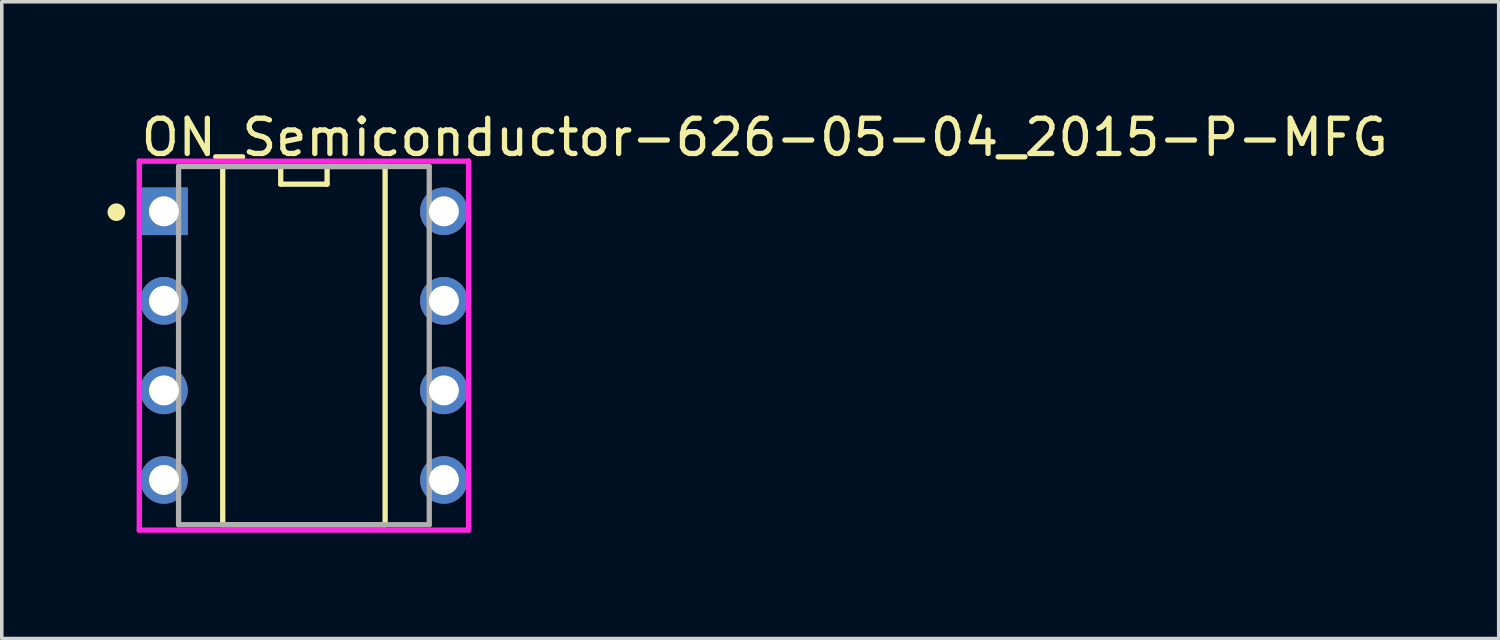
<source format=kicad_pcb>
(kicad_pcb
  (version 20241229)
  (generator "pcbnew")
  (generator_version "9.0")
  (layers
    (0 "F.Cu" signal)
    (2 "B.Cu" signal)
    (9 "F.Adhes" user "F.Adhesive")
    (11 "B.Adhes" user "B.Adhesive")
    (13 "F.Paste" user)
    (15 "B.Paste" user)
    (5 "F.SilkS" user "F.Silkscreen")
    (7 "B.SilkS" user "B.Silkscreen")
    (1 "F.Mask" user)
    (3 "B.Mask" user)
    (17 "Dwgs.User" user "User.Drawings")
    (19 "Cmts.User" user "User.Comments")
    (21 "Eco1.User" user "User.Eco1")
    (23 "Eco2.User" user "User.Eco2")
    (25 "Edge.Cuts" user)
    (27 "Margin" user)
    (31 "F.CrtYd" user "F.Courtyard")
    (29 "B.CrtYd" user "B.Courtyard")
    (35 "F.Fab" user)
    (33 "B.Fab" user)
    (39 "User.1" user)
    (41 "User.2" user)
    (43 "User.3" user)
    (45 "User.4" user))
  (footprint "ON_Semiconductor-626-05-04_2015-P-MFG"
    (layer "F.Cu")
    (at 5.57 6.753)
    (property "Reference" "ON_Semiconductor-626-05-04_2015-P-MFG" (at -4.695 -5.905 0) (layer "F.SilkS") (effects (font (size 1 1) (thickness 0.15)) (justify left)))
    (attr through_hole)
    (fp_line (start -2.303 -5.08) (end -2.303 5.08) (stroke (width 0.15) (type solid)) (layer "F.SilkS"))
    (fp_line (start -2.303 5.08) (end 2.303 5.08) (stroke (width 0.15) (type solid)) (layer "F.SilkS"))
    (fp_line (start -0.658 -5.08) (end -2.303 -5.08) (stroke (width 0.15) (type solid)) (layer "F.SilkS"))
    (fp_line (start -0.658 -4.58) (end -0.658 -5.08) (stroke (width 0.15) (type solid)) (layer "F.SilkS"))
    (fp_line (start 0.658 -5.08) (end 0.658 -4.58) (stroke (width 0.15) (type solid)) (layer "F.SilkS"))
    (fp_line (start 0.658 -4.58) (end -0.658 -4.58) (stroke (width 0.15) (type solid)) (layer "F.SilkS"))
    (fp_line (start 2.303 -5.08) (end 0.658 -5.08) (stroke (width 0.15) (type solid)) (layer "F.SilkS"))
    (fp_line (start 2.303 5.08) (end 2.303 -5.08) (stroke (width 0.15) (type solid)) (layer "F.SilkS"))
    (fp_circle (center -5.32 -3.785) (end -5.195 -3.785) (stroke (width 0.25) (type solid)) (fill no) (layer "F.SilkS"))
    (fp_line (start -4.67 -5.232) (end -4.67 5.232) (stroke (width 0.15) (type solid)) (layer "F.CrtYd"))
    (fp_line (start -4.67 5.232) (end 4.67 5.232) (stroke (width 0.15) (type solid)) (layer "F.CrtYd"))
    (fp_line (start 4.67 -5.232) (end -4.67 -5.232) (stroke (width 0.15) (type solid)) (layer "F.CrtYd"))
    (fp_line (start 4.67 -5.232) (end 4.67 -5.232) (stroke (width 0.15) (type solid)) (layer "F.CrtYd"))
    (fp_line (start 4.67 5.232) (end 4.67 -5.232) (stroke (width 0.15) (type solid)) (layer "F.CrtYd"))
    (fp_line (start -3.555 -5.08) (end 3.555 -5.08) (stroke (width 0.15) (type solid)) (layer "F.Fab"))
    (fp_line (start -3.555 5.08) (end -3.555 -5.08) (stroke (width 0.15) (type solid)) (layer "F.Fab"))
    (fp_line (start 3.555 -5.08) (end 3.555 5.08) (stroke (width 0.15) (type solid)) (layer "F.Fab"))
    (fp_line (start 3.555 5.08) (end -3.555 5.08) (stroke (width 0.15) (type solid)) (layer "F.Fab"))
    (pad "1" thru_hole rect (at -3.97 -3.81) (size 1.35 1.35) (drill 0.85) (layers "*.Cu"))
    (pad "2" thru_hole circle (at -3.97 -1.27) (size 1.35 1.35) (drill 0.85) (layers "*.Cu"))
    (pad "3" thru_hole circle (at -3.97 1.27) (size 1.35 1.35) (drill 0.85) (layers "*.Cu"))
    (pad "4" thru_hole circle (at -3.97 3.81) (size 1.35 1.35) (drill 0.85) (layers "*.Cu"))
    (pad "5" thru_hole circle (at 3.97 3.81) (size 1.35 1.35) (drill 0.85) (layers "*.Cu"))
    (pad "6" thru_hole circle (at 3.97 1.27) (size 1.35 1.35) (drill 0.85) (layers "*.Cu"))
    (pad "7" thru_hole circle (at 3.97 -1.27) (size 1.35 1.35) (drill 0.85) (layers "*.Cu"))
    (pad "8" thru_hole circle (at 3.97 -3.81) (size 1.35 1.35) (drill 0.85) (layers "*.Cu")))
  (gr_rect
    (start -3 -3)
    (end 39.458 15.06)
    (stroke (width 0.1) (type default))
    (fill no)
    (layer "Edge.Cuts")))
</source>
